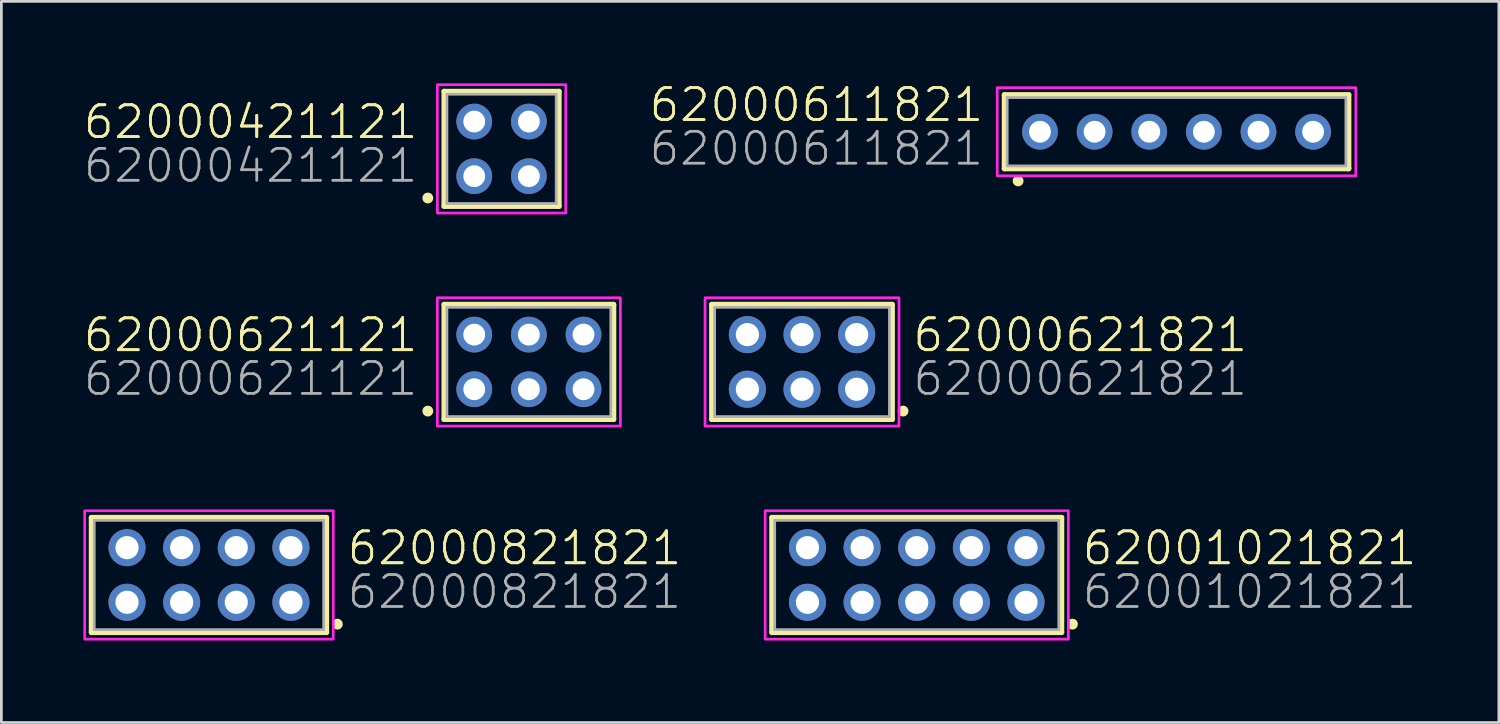
<source format=kicad_pcb>
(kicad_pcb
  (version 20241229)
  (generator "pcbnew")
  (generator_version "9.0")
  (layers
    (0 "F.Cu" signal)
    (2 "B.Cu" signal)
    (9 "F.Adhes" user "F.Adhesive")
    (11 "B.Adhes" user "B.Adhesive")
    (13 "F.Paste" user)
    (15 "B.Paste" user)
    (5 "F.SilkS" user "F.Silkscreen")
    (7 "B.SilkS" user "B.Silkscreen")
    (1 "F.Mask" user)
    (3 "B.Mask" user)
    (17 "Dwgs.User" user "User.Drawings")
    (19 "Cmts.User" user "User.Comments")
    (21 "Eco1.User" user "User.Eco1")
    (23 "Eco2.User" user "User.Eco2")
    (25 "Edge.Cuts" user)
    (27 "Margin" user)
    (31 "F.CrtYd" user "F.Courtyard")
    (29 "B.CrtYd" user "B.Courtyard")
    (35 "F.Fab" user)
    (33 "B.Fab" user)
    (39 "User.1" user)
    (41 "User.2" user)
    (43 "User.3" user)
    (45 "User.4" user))
  (footprint "62000621821"
    (layer "F.Cu")
    (at 26.312 10.2)
    (property "Reference" "62000621821" (at 4 -0.3 0) (unlocked yes) (layer "F.SilkS") (effects (font (size 1.168 1.168) (thickness 0.102)) (justify left bottom)))
    (property "Value" "62000621821" (at 4 1.3 0) (unlocked yes) (layer "F.Fab") (hide yes) (effects (font (size 1.168 1.168) (thickness 0.102)) (justify left bottom)))
    (fp_line (start -3.3 -2.1) (end 3.3 -2.1) (stroke (width 0.2) (type solid)) (layer "F.SilkS"))
    (fp_line (start -3.3 2.1) (end -3.3 -2.1) (stroke (width 0.2) (type solid)) (layer "F.SilkS"))
    (fp_line (start 3.3 -2.1) (end 3.3 2.1) (stroke (width 0.2) (type solid)) (layer "F.SilkS"))
    (fp_line (start 3.3 2.1) (end -3.3 2.1) (stroke (width 0.2) (type solid)) (layer "F.SilkS"))
    (fp_circle (center 3.7 1.8) (end 3.8 1.8) (stroke (width 0.2) (type solid)) (fill no) (layer "F.SilkS"))
    (fp_poly (pts (xy 3.55 2.35) (xy -3.55 2.35) (xy -3.55 -2.35) (xy 3.55 -2.35)) (stroke (width 0.1) (type default)) (fill no) (layer "F.CrtYd"))
    (fp_line (start -3.2 -2) (end -3.2 2) (stroke (width 0.1) (type solid)) (layer "F.Fab"))
    (fp_line (start -3.2 2) (end 3.2 2) (stroke (width 0.1) (type solid)) (layer "F.Fab"))
    (fp_line (start 3.2 -2) (end -3.2 -2) (stroke (width 0.1) (type solid)) (layer "F.Fab"))
    (fp_line (start 3.2 2) (end 3.2 -2) (stroke (width 0.1) (type solid)) (layer "F.Fab"))
    (fp_text user "${REFERENCE}" (at 4 -0.3 0) (unlocked yes) (layer "F.SilkS") (effects (font (size 1.168 1.168) (thickness 0.102)) (justify left bottom)))
    (fp_text user "${VALUE}" (at 4 1.3 0) (unlocked yes) (layer "F.Fab") (effects (font (size 1.168 1.168) (thickness 0.102)) (justify left bottom)))
    (pad "1" thru_hole circle (at 2 1 180) (size 1.358 1.358) (drill 0.85) (layers "*.Cu" "*.Mask"))
    (pad "2" thru_hole circle (at 2 -1 180) (size 1.358 1.358) (drill 0.85) (layers "*.Cu" "*.Mask"))
    (pad "3" thru_hole circle (at 0 1 180) (size 1.358 1.358) (drill 0.85) (layers "*.Cu" "*.Mask"))
    (pad "4" thru_hole circle (at 0 -1 180) (size 1.358 1.358) (drill 0.85) (layers "*.Cu" "*.Mask"))
    (pad "5" thru_hole circle (at -2 1 180) (size 1.358 1.358) (drill 0.85) (layers "*.Cu" "*.Mask"))
    (pad "6" thru_hole circle (at -2 -1 180) (size 1.358 1.358) (drill 0.85) (layers "*.Cu" "*.Mask")))
  (footprint "62001021821"
    (layer "F.Cu")
    (at 30.512 18)
    (property "Reference" "62001021821" (at 6 -0.3 0) (unlocked yes) (layer "F.SilkS") (effects (font (size 1.168 1.168) (thickness 0.102)) (justify left bottom)))
    (property "Value" "62001021821" (at 6 1.3 0) (unlocked yes) (layer "F.Fab") (hide yes) (effects (font (size 1.168 1.168) (thickness 0.102)) (justify left bottom)))
    (fp_line (start -5.3 -2.1) (end 5.3 -2.1) (stroke (width 0.2) (type solid)) (layer "F.SilkS"))
    (fp_line (start -5.3 2.1) (end -5.3 -2.1) (stroke (width 0.2) (type solid)) (layer "F.SilkS"))
    (fp_line (start 5.3 -2.1) (end 5.3 2.1) (stroke (width 0.2) (type solid)) (layer "F.SilkS"))
    (fp_line (start 5.3 2.1) (end -5.3 2.1) (stroke (width 0.2) (type solid)) (layer "F.SilkS"))
    (fp_circle (center 5.7 1.8) (end 5.8 1.8) (stroke (width 0.2) (type solid)) (fill no) (layer "F.SilkS"))
    (fp_poly (pts (xy 5.55 2.35) (xy -5.55 2.35) (xy -5.55 -2.35) (xy 5.55 -2.35)) (stroke (width 0.1) (type default)) (fill no) (layer "F.CrtYd"))
    (fp_line (start -5.2 -2) (end -5.2 2) (stroke (width 0.1) (type solid)) (layer "F.Fab"))
    (fp_line (start -5.2 2) (end 5.2 2) (stroke (width 0.1) (type solid)) (layer "F.Fab"))
    (fp_line (start 5.2 -2) (end -5.2 -2) (stroke (width 0.1) (type solid)) (layer "F.Fab"))
    (fp_line (start 5.2 2) (end 5.2 -2) (stroke (width 0.1) (type solid)) (layer "F.Fab"))
    (fp_text user "${REFERENCE}" (at 6 -0.3 0) (unlocked yes) (layer "F.SilkS") (effects (font (size 1.168 1.168) (thickness 0.102)) (justify left bottom)))
    (fp_text user "${VALUE}" (at 6 1.3 0) (unlocked yes) (layer "F.Fab") (effects (font (size 1.168 1.168) (thickness 0.102)) (justify left bottom)))
    (pad "1" thru_hole circle (at 4 1 180) (size 1.358 1.358) (drill 0.85) (layers "*.Cu" "*.Mask"))
    (pad "2" thru_hole circle (at 4 -1 180) (size 1.358 1.358) (drill 0.85) (layers "*.Cu" "*.Mask"))
    (pad "3" thru_hole circle (at 2 1 180) (size 1.358 1.358) (drill 0.85) (layers "*.Cu" "*.Mask"))
    (pad "4" thru_hole circle (at 2 -1 180) (size 1.358 1.358) (drill 0.85) (layers "*.Cu" "*.Mask"))
    (pad "5" thru_hole circle (at 0 1 180) (size 1.358 1.358) (drill 0.85) (layers "*.Cu" "*.Mask"))
    (pad "6" thru_hole circle (at 0 -1 180) (size 1.358 1.358) (drill 0.85) (layers "*.Cu" "*.Mask"))
    (pad "7" thru_hole circle (at -2 1 180) (size 1.358 1.358) (drill 0.85) (layers "*.Cu" "*.Mask"))
    (pad "8" thru_hole circle (at -2 -1 180) (size 1.358 1.358) (drill 0.85) (layers "*.Cu" "*.Mask"))
    (pad "9" thru_hole circle (at -4 1 180) (size 1.358 1.358) (drill 0.85) (layers "*.Cu" "*.Mask"))
    (pad "10" thru_hole circle (at -4 -1 180) (size 1.358 1.358) (drill 0.85) (layers "*.Cu" "*.Mask")))
  (footprint "62000611821"
    (layer "F.Cu")
    (at 40.023 1.773)
    (property "Reference" "62000611821" (at -7 -0.3 0) (unlocked yes) (layer "F.SilkS") (effects (font (size 1.168 1.168) (thickness 0.102)) (justify right bottom)))
    (property "Value" "62000611821" (at -7 1.3 0) (unlocked yes) (layer "F.Fab") (hide yes) (effects (font (size 1.168 1.168) (thickness 0.102)) (justify right bottom)))
    (fp_line (start -6.3 -1.35) (end -6.3 1.35) (stroke (width 0.2) (type solid)) (layer "F.SilkS"))
    (fp_line (start -6.3 1.35) (end 6.3 1.35) (stroke (width 0.2) (type solid)) (layer "F.SilkS"))
    (fp_line (start 6.3 -1.35) (end -6.3 -1.35) (stroke (width 0.2) (type solid)) (layer "F.SilkS"))
    (fp_line (start 6.3 1.35) (end 6.3 -1.35) (stroke (width 0.2) (type solid)) (layer "F.SilkS"))
    (fp_circle (center -5.8 1.8) (end -5.7 1.8) (stroke (width 0.2) (type solid)) (fill no) (layer "F.SilkS"))
    (fp_poly (pts (xy 6.564 1.613) (xy -6.564 1.613) (xy -6.564 -1.613) (xy 6.564 -1.613)) (stroke (width 0.1) (type default)) (fill no) (layer "F.CrtYd"))
    (fp_line (start -6.2 -1.25) (end -6.2 1.25) (stroke (width 0.1) (type solid)) (layer "F.Fab"))
    (fp_line (start -6.2 1.25) (end 6.2 1.25) (stroke (width 0.1) (type solid)) (layer "F.Fab"))
    (fp_line (start 6.2 -1.25) (end -6.2 -1.25) (stroke (width 0.1) (type solid)) (layer "F.Fab"))
    (fp_line (start 6.2 1.25) (end 6.2 -1.25) (stroke (width 0.1) (type solid)) (layer "F.Fab"))
    (fp_text user "${REFERENCE}" (at -7 -0.3 0) (unlocked yes) (layer "F.SilkS") (effects (font (size 1.168 1.168) (thickness 0.102)) (justify right bottom)))
    (fp_text user "${VALUE}" (at -7 1.3 0) (unlocked yes) (layer "F.Fab") (effects (font (size 1.168 1.168) (thickness 0.102)) (justify right bottom)))
    (pad "1" thru_hole circle (at -5 0) (size 1.308 1.308) (drill 0.8) (layers "*.Cu" "*.Mask"))
    (pad "2" thru_hole circle (at -3 0) (size 1.308 1.308) (drill 0.8) (layers "*.Cu" "*.Mask"))
    (pad "3" thru_hole circle (at -1 0) (size 1.308 1.308) (drill 0.8) (layers "*.Cu" "*.Mask"))
    (pad "4" thru_hole circle (at 1 0) (size 1.308 1.308) (drill 0.8) (layers "*.Cu" "*.Mask"))
    (pad "5" thru_hole circle (at 3 0) (size 1.308 1.308) (drill 0.8) (layers "*.Cu" "*.Mask"))
    (pad "6" thru_hole circle (at 5 0) (size 1.308 1.308) (drill 0.8) (layers "*.Cu" "*.Mask")))
  (footprint "62000821821"
    (layer "F.Cu")
    (at 4.6 18)
    (property "Reference" "62000821821" (at 5 -0.3 0) (unlocked yes) (layer "F.SilkS") (effects (font (size 1.168 1.168) (thickness 0.102)) (justify left bottom)))
    (property "Value" "62000821821" (at 5 1.3 0) (unlocked yes) (layer "F.Fab") (hide yes) (effects (font (size 1.168 1.168) (thickness 0.102)) (justify left bottom)))
    (fp_line (start -4.3 -2.1) (end 4.3 -2.1) (stroke (width 0.2) (type solid)) (layer "F.SilkS"))
    (fp_line (start -4.3 2.1) (end -4.3 -2.1) (stroke (width 0.2) (type solid)) (layer "F.SilkS"))
    (fp_line (start 4.3 -2.1) (end 4.3 2.1) (stroke (width 0.2) (type solid)) (layer "F.SilkS"))
    (fp_line (start 4.3 2.1) (end -4.3 2.1) (stroke (width 0.2) (type solid)) (layer "F.SilkS"))
    (fp_circle (center 4.7 1.8) (end 4.8 1.8) (stroke (width 0.2) (type solid)) (fill no) (layer "F.SilkS"))
    (fp_poly (pts (xy 4.55 2.35) (xy -4.55 2.35) (xy -4.55 -2.35) (xy 4.55 -2.35)) (stroke (width 0.1) (type default)) (fill no) (layer "F.CrtYd"))
    (fp_line (start -4.2 -2) (end -4.2 2) (stroke (width 0.1) (type solid)) (layer "F.Fab"))
    (fp_line (start -4.2 2) (end 4.2 2) (stroke (width 0.1) (type solid)) (layer "F.Fab"))
    (fp_line (start 4.2 -2) (end -4.2 -2) (stroke (width 0.1) (type solid)) (layer "F.Fab"))
    (fp_line (start 4.2 2) (end 4.2 -2) (stroke (width 0.1) (type solid)) (layer "F.Fab"))
    (fp_text user "${REFERENCE}" (at 5 -0.3 0) (unlocked yes) (layer "F.SilkS") (effects (font (size 1.168 1.168) (thickness 0.102)) (justify left bottom)))
    (fp_text user "${VALUE}" (at 5 1.3 0) (unlocked yes) (layer "F.Fab") (effects (font (size 1.168 1.168) (thickness 0.102)) (justify left bottom)))
    (pad "1" thru_hole circle (at 3 1 180) (size 1.358 1.358) (drill 0.85) (layers "*.Cu" "*.Mask"))
    (pad "2" thru_hole circle (at 3 -1 180) (size 1.358 1.358) (drill 0.85) (layers "*.Cu" "*.Mask"))
    (pad "3" thru_hole circle (at 1 1 180) (size 1.358 1.358) (drill 0.85) (layers "*.Cu" "*.Mask"))
    (pad "4" thru_hole circle (at 1 -1 180) (size 1.358 1.358) (drill 0.85) (layers "*.Cu" "*.Mask"))
    (pad "5" thru_hole circle (at -1 1 180) (size 1.358 1.358) (drill 0.85) (layers "*.Cu" "*.Mask"))
    (pad "6" thru_hole circle (at -1 -1 180) (size 1.358 1.358) (drill 0.85) (layers "*.Cu" "*.Mask"))
    (pad "7" thru_hole circle (at -3 1 180) (size 1.358 1.358) (drill 0.85) (layers "*.Cu" "*.Mask"))
    (pad "8" thru_hole circle (at -3 -1 180) (size 1.358 1.358) (drill 0.85) (layers "*.Cu" "*.Mask")))
  (footprint "62000421121"
    (layer "F.Cu")
    (at 15.312 2.4)
    (property "Reference" "62000421121" (at -3 -0.3 0) (unlocked yes) (layer "F.SilkS") (effects (font (size 1.168 1.168) (thickness 0.102)) (justify right bottom)))
    (property "Value" "62000421121" (at -3 1.3 0) (unlocked yes) (layer "F.Fab") (hide yes) (effects (font (size 1.168 1.168) (thickness 0.102)) (justify right bottom)))
    (fp_line (start -2.1 -2.1) (end 2.1 -2.1) (stroke (width 0.2) (type solid)) (layer "F.SilkS"))
    (fp_line (start -2.1 2.1) (end -2.1 -2.1) (stroke (width 0.2) (type solid)) (layer "F.SilkS"))
    (fp_line (start 2.1 -2.1) (end 2.1 2.1) (stroke (width 0.2) (type solid)) (layer "F.SilkS"))
    (fp_line (start 2.1 2.1) (end -2.1 2.1) (stroke (width 0.2) (type solid)) (layer "F.SilkS"))
    (fp_circle (center -2.7 1.8) (end -2.6 1.8) (stroke (width 0.2) (type solid)) (fill no) (layer "F.SilkS"))
    (fp_poly (pts (xy 2.35 2.35) (xy -2.35 2.35) (xy -2.35 -2.35) (xy 2.35 -2.35)) (stroke (width 0.1) (type default)) (fill no) (layer "F.CrtYd"))
    (fp_line (start -2 -2) (end -2 2) (stroke (width 0.1) (type solid)) (layer "F.Fab"))
    (fp_line (start -2 2) (end 2 2) (stroke (width 0.1) (type solid)) (layer "F.Fab"))
    (fp_line (start 2 -2) (end -2 -2) (stroke (width 0.1) (type solid)) (layer "F.Fab"))
    (fp_line (start 2 2) (end 2 -2) (stroke (width 0.1) (type solid)) (layer "F.Fab"))
    (fp_text user "${REFERENCE}" (at -3 -0.3 0) (unlocked yes) (layer "F.SilkS") (effects (font (size 1.168 1.168) (thickness 0.102)) (justify right bottom)))
    (fp_text user "${VALUE}" (at -3 1.3 0) (unlocked yes) (layer "F.Fab") (effects (font (size 1.168 1.168) (thickness 0.102)) (justify right bottom)))
    (pad "1" thru_hole circle (at -1 1) (size 1.308 1.308) (drill 0.8) (layers "*.Cu" "*.Mask"))
    (pad "2" thru_hole circle (at -1 -1) (size 1.308 1.308) (drill 0.8) (layers "*.Cu" "*.Mask"))
    (pad "3" thru_hole circle (at 1 1) (size 1.308 1.308) (drill 0.8) (layers "*.Cu" "*.Mask"))
    (pad "4" thru_hole circle (at 1 -1) (size 1.308 1.308) (drill 0.8) (layers "*.Cu" "*.Mask")))
  (footprint "62000621121"
    (layer "F.Cu")
    (at 16.312 10.2)
    (property "Reference" "62000621121" (at -4 -0.3 0) (unlocked yes) (layer "F.SilkS") (effects (font (size 1.168 1.168) (thickness 0.102)) (justify right bottom)))
    (property "Value" "62000621121" (at -4 1.3 0) (unlocked yes) (layer "F.Fab") (hide yes) (effects (font (size 1.168 1.168) (thickness 0.102)) (justify right bottom)))
    (fp_line (start -3.1 -2.1) (end 3.1 -2.1) (stroke (width 0.2) (type solid)) (layer "F.SilkS"))
    (fp_line (start -3.1 2.1) (end -3.1 -2.1) (stroke (width 0.2) (type solid)) (layer "F.SilkS"))
    (fp_line (start 3.1 -2.1) (end 3.1 2.1) (stroke (width 0.2) (type solid)) (layer "F.SilkS"))
    (fp_line (start 3.1 2.1) (end -3.1 2.1) (stroke (width 0.2) (type solid)) (layer "F.SilkS"))
    (fp_circle (center -3.7 1.8) (end -3.6 1.8) (stroke (width 0.2) (type solid)) (fill no) (layer "F.SilkS"))
    (fp_poly (pts (xy 3.35 2.35) (xy -3.35 2.35) (xy -3.35 -2.35) (xy 3.35 -2.35)) (stroke (width 0.1) (type default)) (fill no) (layer "F.CrtYd"))
    (fp_line (start -3 -2) (end -3 2) (stroke (width 0.1) (type solid)) (layer "F.Fab"))
    (fp_line (start -3 2) (end 3 2) (stroke (width 0.1) (type solid)) (layer "F.Fab"))
    (fp_line (start 3 -2) (end -3 -2) (stroke (width 0.1) (type solid)) (layer "F.Fab"))
    (fp_line (start 3 2) (end 3 -2) (stroke (width 0.1) (type solid)) (layer "F.Fab"))
    (fp_text user "${REFERENCE}" (at -4 -0.3 0) (unlocked yes) (layer "F.SilkS") (effects (font (size 1.168 1.168) (thickness 0.102)) (justify right bottom)))
    (fp_text user "${VALUE}" (at -4 1.3 0) (unlocked yes) (layer "F.Fab") (effects (font (size 1.168 1.168) (thickness 0.102)) (justify right bottom)))
    (pad "1" thru_hole circle (at -2 1) (size 1.308 1.308) (drill 0.8) (layers "*.Cu" "*.Mask"))
    (pad "2" thru_hole circle (at -2 -1) (size 1.308 1.308) (drill 0.8) (layers "*.Cu" "*.Mask"))
    (pad "3" thru_hole circle (at 0 1) (size 1.308 1.308) (drill 0.8) (layers "*.Cu" "*.Mask"))
    (pad "4" thru_hole circle (at 0 -1) (size 1.308 1.308) (drill 0.8) (layers "*.Cu" "*.Mask"))
    (pad "5" thru_hole circle (at 2 1) (size 1.308 1.308) (drill 0.8) (layers "*.Cu" "*.Mask"))
    (pad "6" thru_hole circle (at 2 -1) (size 1.308 1.308) (drill 0.8) (layers "*.Cu" "*.Mask")))
  (gr_rect
    (start -3 -3)
    (end 51.823 23.4)
    (stroke (width 0.1) (type default))
    (fill no)
    (layer "Edge.Cuts")))
</source>
